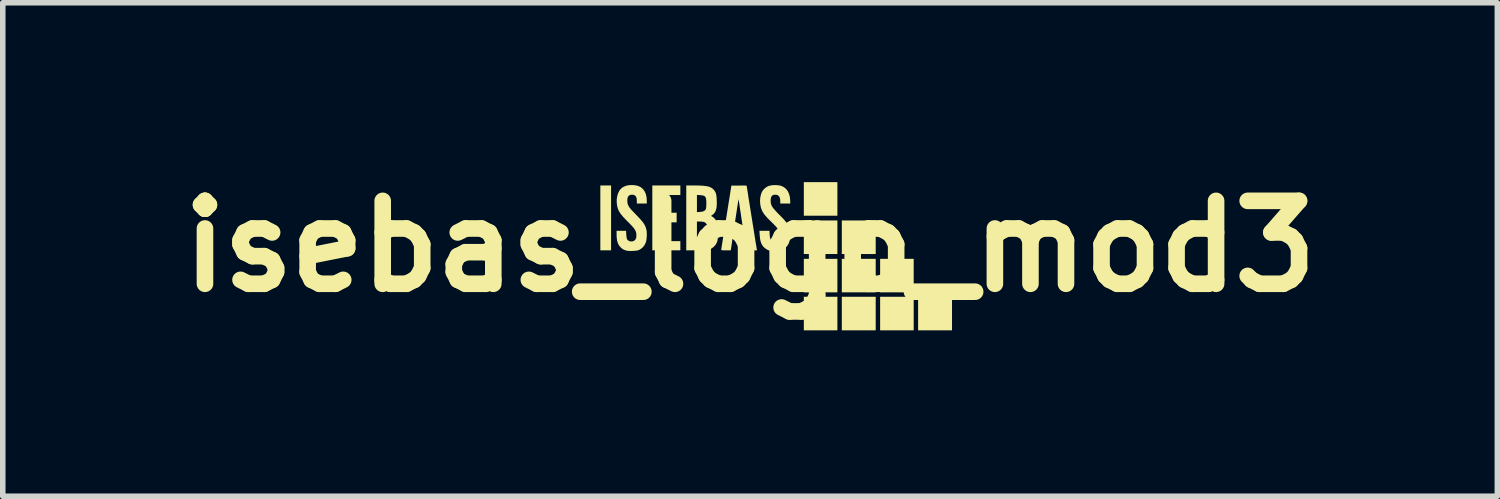
<source format=kicad_pcb>
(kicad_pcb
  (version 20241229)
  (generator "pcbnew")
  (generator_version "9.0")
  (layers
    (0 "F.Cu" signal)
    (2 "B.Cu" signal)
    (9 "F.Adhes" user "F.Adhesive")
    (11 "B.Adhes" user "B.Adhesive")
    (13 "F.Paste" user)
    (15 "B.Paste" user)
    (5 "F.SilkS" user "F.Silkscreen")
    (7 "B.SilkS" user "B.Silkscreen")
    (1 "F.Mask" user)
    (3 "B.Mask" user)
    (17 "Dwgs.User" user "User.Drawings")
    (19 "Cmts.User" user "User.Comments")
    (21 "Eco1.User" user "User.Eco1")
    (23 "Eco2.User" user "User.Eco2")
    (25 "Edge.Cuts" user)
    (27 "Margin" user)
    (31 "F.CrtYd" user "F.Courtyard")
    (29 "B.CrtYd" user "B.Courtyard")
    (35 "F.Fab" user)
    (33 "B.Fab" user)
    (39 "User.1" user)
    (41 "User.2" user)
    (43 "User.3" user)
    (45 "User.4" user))
  (footprint "isebas_logo_mod3"
    (layer "F.Cu")
    (at 10.514 1.404)
    (property "Reference" "isebas_logo_mod3" (at 0 0 0) (layer "F.SilkS") (effects (font (size 1.5 1.5) (thickness 0.3))))
    (attr board_only exclude_from_pos_files exclude_from_bom)
    (fp_poly (pts (xy -2.513 -0.513) (xy -2.513 0.073) (xy -2.61 0.073) (xy -2.707 0.073) (xy -2.707 -0.513) (xy -2.707 -1.1) (xy -2.61 -1.1) (xy -2.513 -1.1)) (stroke (width 0) (type solid)) (fill yes) (layer "F.SilkS"))
    (fp_poly (pts (xy 1.58 -0.857) (xy 1.58 -0.553) (xy 1.277 -0.553) (xy 0.973 -0.553) (xy 0.973 -0.857) (xy 0.973 -1.16) (xy 1.277 -1.16) (xy 1.58 -1.16)) (stroke (width 0) (type solid)) (fill yes) (layer "F.SilkS"))
    (fp_poly (pts (xy 1.58 -0.163) (xy 1.58 0.14) (xy 1.277 0.14) (xy 0.973 0.14) (xy 0.973 -0.163) (xy 0.973 -0.467) (xy 1.277 -0.467) (xy 1.58 -0.467)) (stroke (width 0) (type solid)) (fill yes) (layer "F.SilkS"))
    (fp_poly (pts (xy 1.58 0.53) (xy 1.58 0.833) (xy 1.277 0.833) (xy 0.973 0.833) (xy 0.973 0.53) (xy 0.973 0.227) (xy 1.277 0.227) (xy 1.58 0.227)) (stroke (width 0) (type solid)) (fill yes) (layer "F.SilkS"))
    (fp_poly (pts (xy 1.58 1.217) (xy 1.58 1.52) (xy 1.277 1.52) (xy 0.973 1.52) (xy 0.973 1.217) (xy 0.973 0.913) (xy 1.277 0.913) (xy 1.58 0.913)) (stroke (width 0) (type solid)) (fill yes) (layer "F.SilkS"))
    (fp_poly (pts (xy 2.273 -0.163) (xy 2.273 0.14) (xy 1.967 0.14) (xy 1.66 0.14) (xy 1.66 -0.163) (xy 1.66 -0.467) (xy 1.967 -0.467) (xy 2.273 -0.467)) (stroke (width 0) (type solid)) (fill yes) (layer "F.SilkS"))
    (fp_poly (pts (xy 2.273 0.53) (xy 2.273 0.833) (xy 1.967 0.833) (xy 1.66 0.833) (xy 1.66 0.53) (xy 1.66 0.227) (xy 1.967 0.227) (xy 2.273 0.227)) (stroke (width 0) (type solid)) (fill yes) (layer "F.SilkS"))
    (fp_poly (pts (xy 2.273 1.217) (xy 2.273 1.52) (xy 1.967 1.52) (xy 1.66 1.52) (xy 1.66 1.217) (xy 1.66 0.913) (xy 1.967 0.913) (xy 2.273 0.913)) (stroke (width 0) (type solid)) (fill yes) (layer "F.SilkS"))
    (fp_poly (pts (xy 2.96 0.53) (xy 2.96 0.833) (xy 2.657 0.833) (xy 2.353 0.833) (xy 2.353 0.53) (xy 2.353 0.227) (xy 2.657 0.227) (xy 2.96 0.227)) (stroke (width 0) (type solid)) (fill yes) (layer "F.SilkS"))
    (fp_poly (pts (xy 2.96 1.217) (xy 2.96 1.52) (xy 2.657 1.52) (xy 2.353 1.52) (xy 2.353 1.217) (xy 2.353 0.913) (xy 2.657 0.913) (xy 2.96 0.913)) (stroke (width 0) (type solid)) (fill yes) (layer "F.SilkS"))
    (fp_poly (pts (xy 3.653 1.217) (xy 3.653 1.52) (xy 3.347 1.52) (xy 3.04 1.52) (xy 3.04 1.217) (xy 3.04 0.913) (xy 3.347 0.913) (xy 3.653 0.913)) (stroke (width 0) (type solid)) (fill yes) (layer "F.SilkS"))
    (fp_poly (pts (xy -1.26 -1.013) (xy -1.26 -0.927) (xy -1.417 -0.927) (xy -1.573 -0.927) (xy -1.573 -0.767) (xy -1.573 -0.607) (xy -1.45 -0.607) (xy -1.327 -0.607) (xy -1.327 -0.52) (xy -1.327 -0.433) (xy -1.45 -0.433) (xy -1.573 -0.433) (xy -1.573 -0.263) (xy -1.573 -0.093) (xy -1.417 -0.093) (xy -1.26 -0.093) (xy -1.26 -0.01) (xy -1.26 0.073) (xy -1.513 0.073) (xy -1.767 0.073) (xy -1.767 -0.513) (xy -1.767 -1.1) (xy -1.513 -1.1) (xy -1.26 -1.1)) (stroke (width 0) (type solid)) (fill yes) (layer "F.SilkS"))
    (fp_poly (pts (xy -2.087 -1.105) (xy -2.03 -1.093) (xy -1.98 -1.071) (xy -1.94 -1.039) (xy -1.908 -0.997) (xy -1.885 -0.946) (xy -1.871 -0.886) (xy -1.867 -0.823) (xy -1.867 -0.773) (xy -1.957 -0.773) (xy -2.047 -0.773) (xy -2.047 -0.82) (xy -2.05 -0.863) (xy -2.06 -0.895) (xy -2.077 -0.917) (xy -2.103 -0.93) (xy -2.135 -0.933) (xy -2.168 -0.929) (xy -2.193 -0.914) (xy -2.21 -0.89) (xy -2.218 -0.856) (xy -2.219 -0.811) (xy -2.219 -0.811) (xy -2.216 -0.786) (xy -2.212 -0.764) (xy -2.204 -0.743) (xy -2.193 -0.722) (xy -2.177 -0.698) (xy -2.155 -0.67) (xy -2.125 -0.638) (xy -2.088 -0.599) (xy -2.057 -0.567) (xy -2.013 -0.521) (xy -1.977 -0.482) (xy -1.949 -0.449) (xy -1.927 -0.42) (xy -1.91 -0.393) (xy -1.896 -0.366) (xy -1.885 -0.338) (xy -1.877 -0.311) (xy -1.87 -0.278) (xy -1.867 -0.237) (xy -1.867 -0.191) (xy -1.87 -0.146) (xy -1.876 -0.104) (xy -1.884 -0.071) (xy -1.886 -0.066) (xy -1.912 -0.015) (xy -1.946 0.026) (xy -1.989 0.057) (xy -2.021 0.072) (xy -2.044 0.077) (xy -2.076 0.081) (xy -2.114 0.084) (xy -2.154 0.085) (xy -2.191 0.084) (xy -2.222 0.081) (xy -2.24 0.077) (xy -2.282 0.062) (xy -2.316 0.041) (xy -2.34 0.02) (xy -2.37 -0.016) (xy -2.391 -0.058) (xy -2.405 -0.108) (xy -2.412 -0.167) (xy -2.413 -0.208) (xy -2.413 -0.28) (xy -2.328 -0.28) (xy -2.242 -0.28) (xy -2.238 -0.214) (xy -2.235 -0.183) (xy -2.231 -0.156) (xy -2.228 -0.137) (xy -2.226 -0.13) (xy -2.209 -0.109) (xy -2.184 -0.094) (xy -2.155 -0.087) (xy -2.124 -0.089) (xy -2.095 -0.1) (xy -2.093 -0.102) (xy -2.071 -0.124) (xy -2.058 -0.154) (xy -2.055 -0.194) (xy -2.055 -0.212) (xy -2.058 -0.238) (xy -2.064 -0.261) (xy -2.073 -0.284) (xy -2.087 -0.308) (xy -2.106 -0.334) (xy -2.133 -0.365) (xy -2.167 -0.401) (xy -2.206 -0.44) (xy -2.252 -0.487) (xy -2.29 -0.527) (xy -2.319 -0.561) (xy -2.343 -0.591) (xy -2.361 -0.62) (xy -2.376 -0.647) (xy -2.385 -0.668) (xy -2.402 -0.723) (xy -2.41 -0.783) (xy -2.411 -0.843) (xy -2.403 -0.901) (xy -2.388 -0.955) (xy -2.365 -1.002) (xy -2.343 -1.032) (xy -2.304 -1.066) (xy -2.256 -1.09) (xy -2.2 -1.104) (xy -2.135 -1.108)) (stroke (width 0) (type solid)) (fill yes) (layer "F.SilkS"))
    (fp_poly (pts (xy 0.497 -1.105) (xy 0.546 -1.098) (xy 0.562 -1.093) (xy 0.609 -1.072) (xy 0.65 -1.04) (xy 0.682 -0.998) (xy 0.706 -0.948) (xy 0.721 -0.889) (xy 0.727 -0.823) (xy 0.727 -0.818) (xy 0.727 -0.773) (xy 0.637 -0.773) (xy 0.547 -0.773) (xy 0.547 -0.817) (xy 0.543 -0.861) (xy 0.532 -0.894) (xy 0.513 -0.917) (xy 0.486 -0.93) (xy 0.455 -0.933) (xy 0.423 -0.929) (xy 0.399 -0.916) (xy 0.384 -0.893) (xy 0.375 -0.86) (xy 0.373 -0.828) (xy 0.374 -0.799) (xy 0.378 -0.773) (xy 0.385 -0.749) (xy 0.397 -0.724) (xy 0.414 -0.697) (xy 0.438 -0.668) (xy 0.469 -0.633) (xy 0.508 -0.592) (xy 0.543 -0.557) (xy 0.592 -0.507) (xy 0.631 -0.464) (xy 0.661 -0.425) (xy 0.685 -0.39) (xy 0.702 -0.355) (xy 0.713 -0.319) (xy 0.721 -0.28) (xy 0.725 -0.237) (xy 0.725 -0.228) (xy 0.725 -0.16) (xy 0.716 -0.101) (xy 0.699 -0.05) (xy 0.673 -0.007) (xy 0.642 0.027) (xy 0.609 0.052) (xy 0.573 0.07) (xy 0.532 0.081) (xy 0.483 0.086) (xy 0.451 0.086) (xy 0.419 0.085) (xy 0.388 0.083) (xy 0.365 0.081) (xy 0.356 0.079) (xy 0.32 0.066) (xy 0.283 0.044) (xy 0.25 0.017) (xy 0.233 -0.003) (xy 0.21 -0.039) (xy 0.193 -0.082) (xy 0.182 -0.132) (xy 0.176 -0.192) (xy 0.175 -0.201) (xy 0.171 -0.28) (xy 0.262 -0.28) (xy 0.352 -0.28) (xy 0.355 -0.215) (xy 0.359 -0.169) (xy 0.368 -0.134) (xy 0.382 -0.109) (xy 0.403 -0.094) (xy 0.431 -0.087) (xy 0.447 -0.087) (xy 0.481 -0.091) (xy 0.507 -0.106) (xy 0.525 -0.13) (xy 0.534 -0.165) (xy 0.536 -0.197) (xy 0.535 -0.226) (xy 0.531 -0.249) (xy 0.522 -0.273) (xy 0.514 -0.291) (xy 0.505 -0.308) (xy 0.494 -0.325) (xy 0.48 -0.343) (xy 0.462 -0.364) (xy 0.437 -0.39) (xy 0.405 -0.422) (xy 0.39 -0.437) (xy 0.347 -0.479) (xy 0.313 -0.514) (xy 0.286 -0.544) (xy 0.264 -0.57) (xy 0.247 -0.594) (xy 0.232 -0.618) (xy 0.219 -0.642) (xy 0.197 -0.698) (xy 0.185 -0.759) (xy 0.181 -0.823) (xy 0.186 -0.886) (xy 0.2 -0.945) (xy 0.216 -0.985) (xy 0.243 -1.025) (xy 0.28 -1.059) (xy 0.322 -1.085) (xy 0.345 -1.093) (xy 0.391 -1.103) (xy 0.443 -1.107)) (stroke (width 0) (type solid)) (fill yes) (layer "F.SilkS"))
    (fp_poly (pts (xy -1.022 -1.1) (xy -0.946 -1.099) (xy -0.882 -1.097) (xy -0.829 -1.093) (xy -0.785 -1.087) (xy -0.748 -1.079) (xy -0.718 -1.068) (xy -0.693 -1.054) (xy -0.671 -1.038) (xy -0.663 -1.03) (xy -0.643 -1.007) (xy -0.628 -0.983) (xy -0.616 -0.955) (xy -0.609 -0.921) (xy -0.604 -0.879) (xy -0.602 -0.826) (xy -0.601 -0.819) (xy -0.601 -0.756) (xy -0.605 -0.704) (xy -0.614 -0.662) (xy -0.627 -0.627) (xy -0.646 -0.599) (xy -0.67 -0.575) (xy -0.679 -0.568) (xy -0.705 -0.549) (xy -0.676 -0.532) (xy -0.642 -0.504) (xy -0.614 -0.466) (xy -0.595 -0.425) (xy -0.591 -0.411) (xy -0.588 -0.395) (xy -0.586 -0.375) (xy -0.584 -0.349) (xy -0.584 -0.315) (xy -0.583 -0.27) (xy -0.583 -0.25) (xy -0.583 -0.203) (xy -0.584 -0.167) (xy -0.585 -0.14) (xy -0.586 -0.119) (xy -0.589 -0.103) (xy -0.592 -0.09) (xy -0.597 -0.076) (xy -0.599 -0.07) (xy -0.623 -0.027) (xy -0.657 0.011) (xy -0.698 0.041) (xy -0.724 0.054) (xy -0.736 0.059) (xy -0.747 0.062) (xy -0.76 0.065) (xy -0.776 0.067) (xy -0.796 0.069) (xy -0.823 0.07) (xy -0.858 0.071) (xy -0.903 0.071) (xy -0.958 0.072) (xy -1.153 0.074) (xy -1.153 -0.269) (xy -0.96 -0.269) (xy -0.96 -0.091) (xy -0.893 -0.095) (xy -0.852 -0.099) (xy -0.824 -0.104) (xy -0.81 -0.109) (xy -0.796 -0.12) (xy -0.786 -0.131) (xy -0.778 -0.145) (xy -0.774 -0.164) (xy -0.771 -0.191) (xy -0.77 -0.228) (xy -0.77 -0.263) (xy -0.77 -0.305) (xy -0.771 -0.335) (xy -0.772 -0.357) (xy -0.775 -0.374) (xy -0.779 -0.386) (xy -0.783 -0.397) (xy -0.798 -0.418) (xy -0.816 -0.433) (xy -0.842 -0.442) (xy -0.878 -0.446) (xy -0.902 -0.447) (xy -0.96 -0.447) (xy -0.96 -0.269) (xy -1.153 -0.269) (xy -1.153 -0.513) (xy -1.153 -0.773) (xy -0.96 -0.773) (xy -0.96 -0.618) (xy -0.908 -0.621) (xy -0.868 -0.626) (xy -0.84 -0.634) (xy -0.833 -0.638) (xy -0.817 -0.648) (xy -0.805 -0.661) (xy -0.797 -0.679) (xy -0.793 -0.703) (xy -0.791 -0.735) (xy -0.79 -0.777) (xy -0.791 -0.824) (xy -0.795 -0.859) (xy -0.803 -0.885) (xy -0.816 -0.903) (xy -0.836 -0.914) (xy -0.864 -0.921) (xy -0.902 -0.925) (xy -0.905 -0.925) (xy -0.96 -0.929) (xy -0.96 -0.773) (xy -1.153 -0.773) (xy -1.153 -1.1)) (stroke (width 0) (type solid)) (fill yes) (layer "F.SilkS"))
    (fp_poly (pts (xy -0.111 -1.099) (xy -0.084 -1.098) (xy -0.068 -1.096) (xy -0.061 -1.094) (xy -0.06 -1.093) (xy -0.059 -1.085) (xy -0.056 -1.065) (xy -0.051 -1.035) (xy -0.045 -0.995) (xy -0.037 -0.946) (xy -0.029 -0.89) (xy -0.019 -0.828) (xy -0.008 -0.761) (xy 0.003 -0.689) (xy 0.015 -0.616) (xy 0.027 -0.54) (xy 0.039 -0.465) (xy 0.051 -0.39) (xy 0.063 -0.317) (xy 0.074 -0.247) (xy 0.084 -0.182) (xy 0.094 -0.122) (xy 0.102 -0.069) (xy 0.11 -0.023) (xy 0.116 0.014) (xy 0.12 0.04) (xy 0.123 0.055) (xy 0.123 0.058) (xy 0.127 0.073) (xy 0.03 0.073) (xy -0.066 0.073) (xy -0.07 0.052) (xy -0.072 0.037) (xy -0.076 0.012) (xy -0.081 -0.019) (xy -0.086 -0.05) (xy -0.097 -0.13) (xy -0.208 -0.132) (xy -0.318 -0.134) (xy -0.323 -0.098) (xy -0.326 -0.076) (xy -0.33 -0.046) (xy -0.335 -0.012) (xy -0.338 0.005) (xy -0.348 0.073) (xy -0.434 0.073) (xy -0.469 0.073) (xy -0.493 0.073) (xy -0.508 0.071) (xy -0.516 0.069) (xy -0.519 0.065) (xy -0.52 0.059) (xy -0.52 0.058) (xy -0.519 0.05) (xy -0.516 0.029) (xy -0.511 -0.003) (xy -0.504 -0.046) (xy -0.496 -0.097) (xy -0.487 -0.157) (xy -0.476 -0.224) (xy -0.465 -0.298) (xy -0.464 -0.302) (xy -0.293 -0.302) (xy -0.287 -0.301) (xy -0.27 -0.301) (xy -0.245 -0.3) (xy -0.214 -0.3) (xy -0.21 -0.3) (xy -0.174 -0.3) (xy -0.15 -0.301) (xy -0.135 -0.303) (xy -0.128 -0.306) (xy -0.127 -0.309) (xy -0.128 -0.317) (xy -0.13 -0.336) (xy -0.134 -0.365) (xy -0.14 -0.402) (xy -0.146 -0.446) (xy -0.153 -0.493) (xy -0.161 -0.544) (xy -0.168 -0.597) (xy -0.176 -0.648) (xy -0.184 -0.698) (xy -0.19 -0.743) (xy -0.196 -0.783) (xy -0.201 -0.816) (xy -0.205 -0.839) (xy -0.207 -0.852) (xy -0.207 -0.853) (xy -0.208 -0.848) (xy -0.211 -0.83) (xy -0.216 -0.802) (xy -0.222 -0.765) (xy -0.229 -0.72) (xy -0.237 -0.669) (xy -0.245 -0.612) (xy -0.25 -0.58) (xy -0.259 -0.521) (xy -0.268 -0.466) (xy -0.275 -0.417) (xy -0.282 -0.375) (xy -0.287 -0.341) (xy -0.291 -0.317) (xy -0.293 -0.304) (xy -0.293 -0.302) (xy -0.464 -0.302) (xy -0.452 -0.376) (xy -0.439 -0.459) (xy -0.428 -0.527) (xy -0.337 -1.097) (xy -0.198 -1.098) (xy -0.148 -1.099)) (stroke (width 0) (type solid)) (fill yes) (layer "F.SilkS")))
  (gr_rect
    (start -3 -3)
    (end 24.029 5.924)
    (stroke (width 0.1) (type default))
    (fill no)
    (layer "Edge.Cuts")))
</source>
